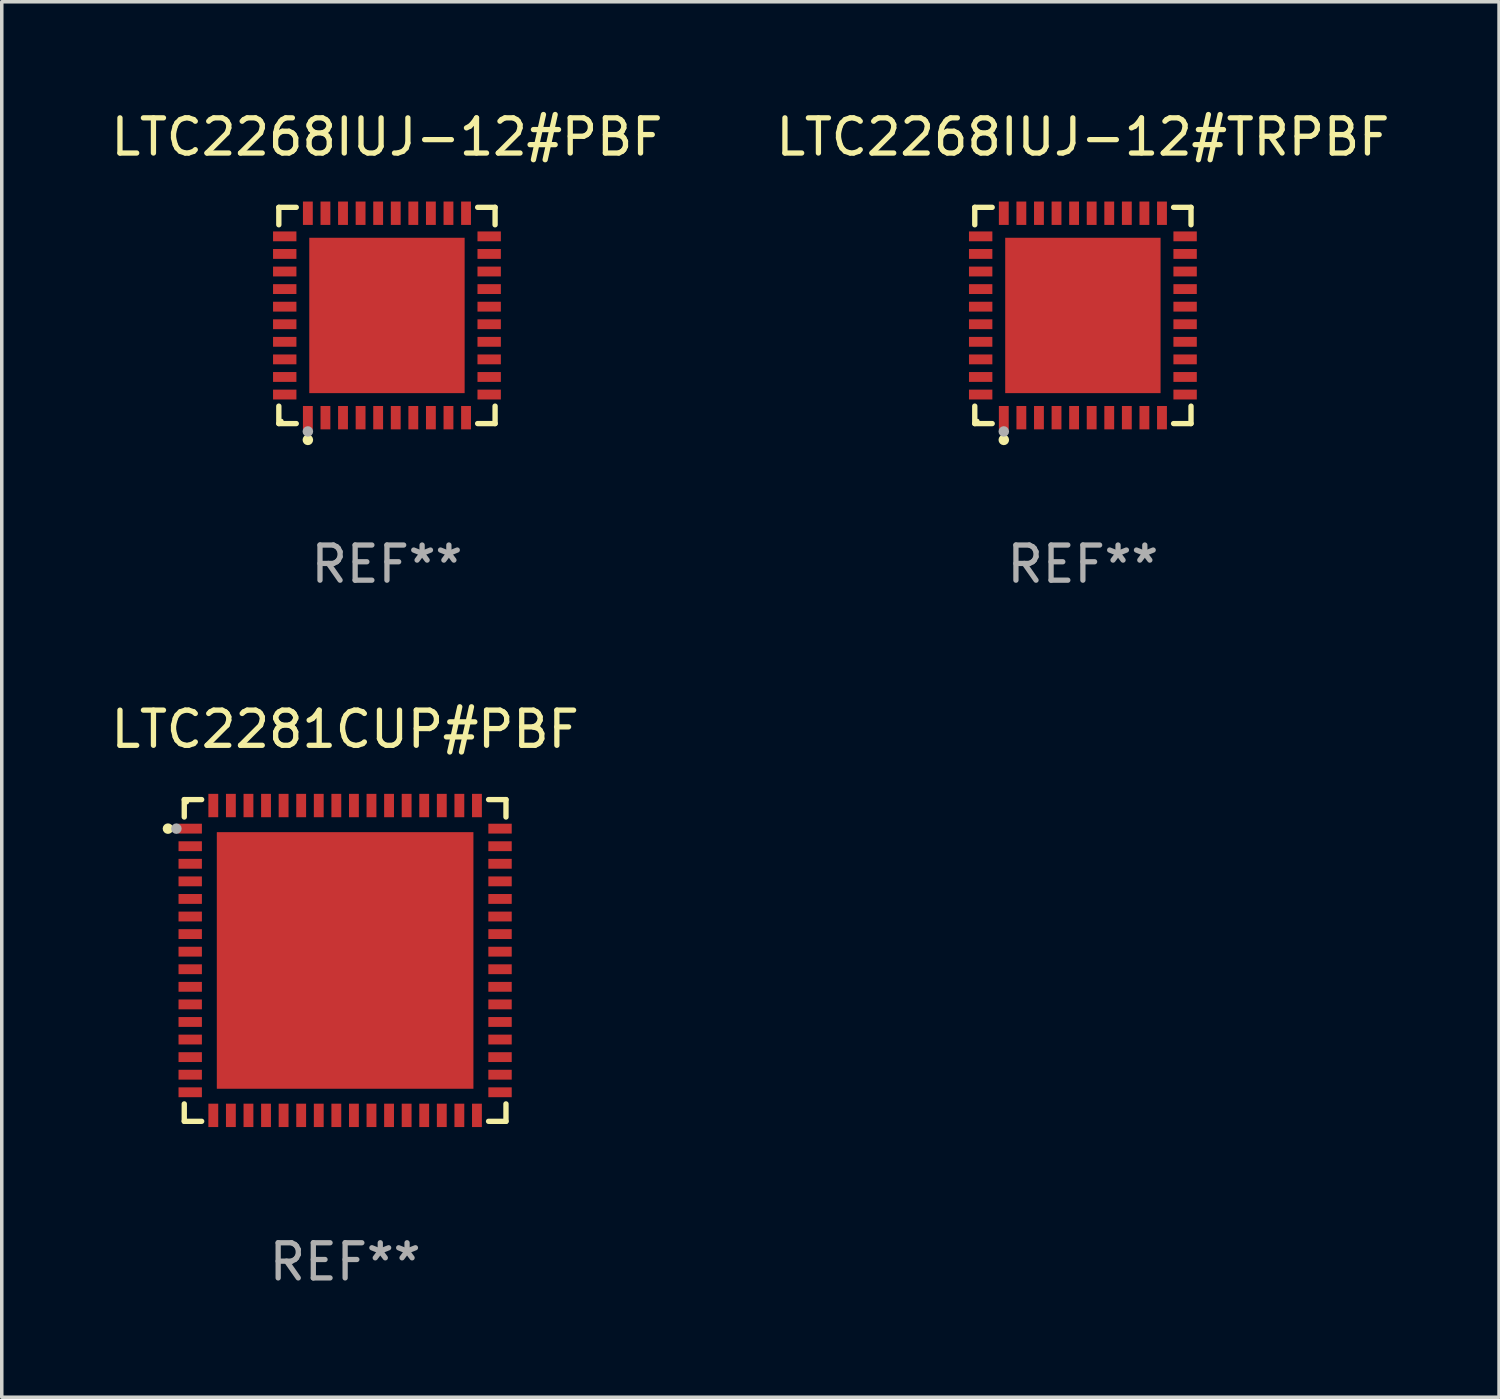
<source format=kicad_pcb>
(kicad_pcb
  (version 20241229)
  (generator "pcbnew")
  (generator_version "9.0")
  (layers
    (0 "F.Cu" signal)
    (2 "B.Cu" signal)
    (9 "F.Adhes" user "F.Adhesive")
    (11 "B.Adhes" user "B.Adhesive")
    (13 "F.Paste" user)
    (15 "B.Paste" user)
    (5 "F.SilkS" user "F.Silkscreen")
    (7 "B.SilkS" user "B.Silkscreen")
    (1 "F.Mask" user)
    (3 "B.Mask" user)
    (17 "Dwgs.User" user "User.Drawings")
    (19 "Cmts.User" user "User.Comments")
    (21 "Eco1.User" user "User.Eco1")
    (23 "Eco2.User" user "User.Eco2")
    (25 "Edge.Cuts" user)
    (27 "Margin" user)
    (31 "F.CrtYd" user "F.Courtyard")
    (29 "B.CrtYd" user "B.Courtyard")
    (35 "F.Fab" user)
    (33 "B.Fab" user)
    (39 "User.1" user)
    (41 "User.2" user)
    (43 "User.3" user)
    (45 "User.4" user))
  (footprint "LTC2268IUJ-12#TRPBF"
    (layer "F.Cu")
    (at 27.756 5.924)
    (property "Reference" "LTC2268IUJ-12#TRPBF" (at 0 -5.076 0) (layer "F.SilkS") (effects (font (size 1 1) (thickness 0.15))))
    (attr through_hole)
    (fp_line (start -3.076 -3.076) (end -2.58 -3.076) (stroke (width 0.152) (type solid)) (layer "F.SilkS"))
    (fp_line (start -3.076 -2.58) (end -3.076 -3.076) (stroke (width 0.152) (type solid)) (layer "F.SilkS"))
    (fp_line (start -3.076 2.58) (end -3.076 3.076) (stroke (width 0.152) (type solid)) (layer "F.SilkS"))
    (fp_line (start -3.076 3.076) (end -2.58 3.076) (stroke (width 0.152) (type solid)) (layer "F.SilkS"))
    (fp_line (start 3.076 -3.076) (end 2.58 -3.076) (stroke (width 0.152) (type solid)) (layer "F.SilkS"))
    (fp_line (start 3.076 -2.58) (end 3.076 -3.076) (stroke (width 0.152) (type solid)) (layer "F.SilkS"))
    (fp_line (start 3.076 2.58) (end 3.076 3.076) (stroke (width 0.152) (type solid)) (layer "F.SilkS"))
    (fp_line (start 3.076 3.076) (end 2.58 3.076) (stroke (width 0.152) (type solid)) (layer "F.SilkS"))
    (fp_circle (center -3 3) (end -2.97 3) (stroke (width 0.06) (type solid)) (fill no) (layer "F.SilkS"))
    (fp_circle (center -2.25 3.54) (end -2.175 3.54) (stroke (width 0.15) (type solid)) (fill no) (layer "F.SilkS"))
    (fp_circle (center -2.25 3.3) (end -2.175 3.3) (stroke (width 0.15) (type solid)) (fill no) (layer "F.Fab"))
    (fp_text user "REF**" (at 0 7.076 0) (layer "F.Fab") (effects (font (size 1 1) (thickness 0.15))))
    (pad "1" smd rect (at -2.25 2.908) (size 0.28 0.665) (layers "F.Cu" "F.Mask" "F.Paste"))
    (pad "2" smd rect (at -1.75 2.908) (size 0.28 0.665) (layers "F.Cu" "F.Mask" "F.Paste"))
    (pad "3" smd rect (at -1.25 2.908) (size 0.28 0.665) (layers "F.Cu" "F.Mask" "F.Paste"))
    (pad "4" smd rect (at -0.75 2.908) (size 0.28 0.665) (layers "F.Cu" "F.Mask" "F.Paste"))
    (pad "5" smd rect (at -0.25 2.908) (size 0.28 0.665) (layers "F.Cu" "F.Mask" "F.Paste"))
    (pad "6" smd rect (at 0.25 2.908) (size 0.28 0.665) (layers "F.Cu" "F.Mask" "F.Paste"))
    (pad "7" smd rect (at 0.75 2.908) (size 0.28 0.665) (layers "F.Cu" "F.Mask" "F.Paste"))
    (pad "8" smd rect (at 1.25 2.908) (size 0.28 0.665) (layers "F.Cu" "F.Mask" "F.Paste"))
    (pad "9" smd rect (at 1.75 2.908) (size 0.28 0.665) (layers "F.Cu" "F.Mask" "F.Paste"))
    (pad "10" smd rect (at 2.25 2.908) (size 0.28 0.665) (layers "F.Cu" "F.Mask" "F.Paste"))
    (pad "11" smd rect (at 2.908 2.25) (size 0.665 0.28) (layers "F.Cu" "F.Mask" "F.Paste"))
    (pad "12" smd rect (at 2.908 1.75) (size 0.665 0.28) (layers "F.Cu" "F.Mask" "F.Paste"))
    (pad "13" smd rect (at 2.908 1.25) (size 0.665 0.28) (layers "F.Cu" "F.Mask" "F.Paste"))
    (pad "14" smd rect (at 2.908 0.75) (size 0.665 0.28) (layers "F.Cu" "F.Mask" "F.Paste"))
    (pad "15" smd rect (at 2.908 0.25) (size 0.665 0.28) (layers "F.Cu" "F.Mask" "F.Paste"))
    (pad "16" smd rect (at 2.908 -0.25) (size 0.665 0.28) (layers "F.Cu" "F.Mask" "F.Paste"))
    (pad "17" smd rect (at 2.908 -0.75) (size 0.665 0.28) (layers "F.Cu" "F.Mask" "F.Paste"))
    (pad "18" smd rect (at 2.908 -1.25) (size 0.665 0.28) (layers "F.Cu" "F.Mask" "F.Paste"))
    (pad "19" smd rect (at 2.908 -1.75) (size 0.665 0.28) (layers "F.Cu" "F.Mask" "F.Paste"))
    (pad "20" smd rect (at 2.908 -2.25) (size 0.665 0.28) (layers "F.Cu" "F.Mask" "F.Paste"))
    (pad "21" smd rect (at 2.25 -2.908) (size 0.28 0.665) (layers "F.Cu" "F.Mask" "F.Paste"))
    (pad "22" smd rect (at 1.75 -2.908) (size 0.28 0.665) (layers "F.Cu" "F.Mask" "F.Paste"))
    (pad "23" smd rect (at 1.25 -2.908) (size 0.28 0.665) (layers "F.Cu" "F.Mask" "F.Paste"))
    (pad "24" smd rect (at 0.75 -2.908) (size 0.28 0.665) (layers "F.Cu" "F.Mask" "F.Paste"))
    (pad "25" smd rect (at 0.25 -2.908) (size 0.28 0.665) (layers "F.Cu" "F.Mask" "F.Paste"))
    (pad "26" smd rect (at -0.25 -2.908) (size 0.28 0.665) (layers "F.Cu" "F.Mask" "F.Paste"))
    (pad "27" smd rect (at -0.75 -2.908) (size 0.28 0.665) (layers "F.Cu" "F.Mask" "F.Paste"))
    (pad "28" smd rect (at -1.25 -2.908) (size 0.28 0.665) (layers "F.Cu" "F.Mask" "F.Paste"))
    (pad "29" smd rect (at -1.75 -2.908) (size 0.28 0.665) (layers "F.Cu" "F.Mask" "F.Paste"))
    (pad "30" smd rect (at -2.25 -2.908) (size 0.28 0.665) (layers "F.Cu" "F.Mask" "F.Paste"))
    (pad "31" smd rect (at -2.908 -2.25) (size 0.665 0.28) (layers "F.Cu" "F.Mask" "F.Paste"))
    (pad "32" smd rect (at -2.908 -1.75) (size 0.665 0.28) (layers "F.Cu" "F.Mask" "F.Paste"))
    (pad "33" smd rect (at -2.908 -1.25) (size 0.665 0.28) (layers "F.Cu" "F.Mask" "F.Paste"))
    (pad "34" smd rect (at -2.908 -0.75) (size 0.665 0.28) (layers "F.Cu" "F.Mask" "F.Paste"))
    (pad "35" smd rect (at -2.908 -0.25) (size 0.665 0.28) (layers "F.Cu" "F.Mask" "F.Paste"))
    (pad "36" smd rect (at -2.908 0.25) (size 0.665 0.28) (layers "F.Cu" "F.Mask" "F.Paste"))
    (pad "37" smd rect (at -2.908 0.75) (size 0.665 0.28) (layers "F.Cu" "F.Mask" "F.Paste"))
    (pad "38" smd rect (at -2.908 1.25) (size 0.665 0.28) (layers "F.Cu" "F.Mask" "F.Paste"))
    (pad "39" smd rect (at -2.908 1.75) (size 0.665 0.28) (layers "F.Cu" "F.Mask" "F.Paste"))
    (pad "40" smd rect (at -2.908 2.25) (size 0.665 0.28) (layers "F.Cu" "F.Mask" "F.Paste"))
    (pad "41" smd rect (at 0 0) (size 4.42 4.42) (layers "F.Cu" "F.Mask" "F.Paste")))
  (footprint "LTC2268IUJ-12#PBF"
    (layer "F.Cu")
    (at 7.958 5.924)
    (property "Reference" "LTC2268IUJ-12#PBF" (at 0 -5.076 0) (layer "F.SilkS") (effects (font (size 1 1) (thickness 0.15))))
    (attr through_hole)
    (fp_line (start -3.076 -3.076) (end -2.58 -3.076) (stroke (width 0.152) (type solid)) (layer "F.SilkS"))
    (fp_line (start -3.076 -2.58) (end -3.076 -3.076) (stroke (width 0.152) (type solid)) (layer "F.SilkS"))
    (fp_line (start -3.076 2.58) (end -3.076 3.076) (stroke (width 0.152) (type solid)) (layer "F.SilkS"))
    (fp_line (start -3.076 3.076) (end -2.58 3.076) (stroke (width 0.152) (type solid)) (layer "F.SilkS"))
    (fp_line (start 3.076 -3.076) (end 2.58 -3.076) (stroke (width 0.152) (type solid)) (layer "F.SilkS"))
    (fp_line (start 3.076 -2.58) (end 3.076 -3.076) (stroke (width 0.152) (type solid)) (layer "F.SilkS"))
    (fp_line (start 3.076 2.58) (end 3.076 3.076) (stroke (width 0.152) (type solid)) (layer "F.SilkS"))
    (fp_line (start 3.076 3.076) (end 2.58 3.076) (stroke (width 0.152) (type solid)) (layer "F.SilkS"))
    (fp_circle (center -3 3) (end -2.97 3) (stroke (width 0.06) (type solid)) (fill no) (layer "F.SilkS"))
    (fp_circle (center -2.25 3.54) (end -2.175 3.54) (stroke (width 0.15) (type solid)) (fill no) (layer "F.SilkS"))
    (fp_circle (center -2.25 3.3) (end -2.175 3.3) (stroke (width 0.15) (type solid)) (fill no) (layer "F.Fab"))
    (fp_text user "REF**" (at 0 7.076 0) (layer "F.Fab") (effects (font (size 1 1) (thickness 0.15))))
    (pad "1" smd rect (at -2.25 2.908) (size 0.28 0.665) (layers "F.Cu" "F.Mask" "F.Paste"))
    (pad "2" smd rect (at -1.75 2.908) (size 0.28 0.665) (layers "F.Cu" "F.Mask" "F.Paste"))
    (pad "3" smd rect (at -1.25 2.908) (size 0.28 0.665) (layers "F.Cu" "F.Mask" "F.Paste"))
    (pad "4" smd rect (at -0.75 2.908) (size 0.28 0.665) (layers "F.Cu" "F.Mask" "F.Paste"))
    (pad "5" smd rect (at -0.25 2.908) (size 0.28 0.665) (layers "F.Cu" "F.Mask" "F.Paste"))
    (pad "6" smd rect (at 0.25 2.908) (size 0.28 0.665) (layers "F.Cu" "F.Mask" "F.Paste"))
    (pad "7" smd rect (at 0.75 2.908) (size 0.28 0.665) (layers "F.Cu" "F.Mask" "F.Paste"))
    (pad "8" smd rect (at 1.25 2.908) (size 0.28 0.665) (layers "F.Cu" "F.Mask" "F.Paste"))
    (pad "9" smd rect (at 1.75 2.908) (size 0.28 0.665) (layers "F.Cu" "F.Mask" "F.Paste"))
    (pad "10" smd rect (at 2.25 2.908) (size 0.28 0.665) (layers "F.Cu" "F.Mask" "F.Paste"))
    (pad "11" smd rect (at 2.908 2.25) (size 0.665 0.28) (layers "F.Cu" "F.Mask" "F.Paste"))
    (pad "12" smd rect (at 2.908 1.75) (size 0.665 0.28) (layers "F.Cu" "F.Mask" "F.Paste"))
    (pad "13" smd rect (at 2.908 1.25) (size 0.665 0.28) (layers "F.Cu" "F.Mask" "F.Paste"))
    (pad "14" smd rect (at 2.908 0.75) (size 0.665 0.28) (layers "F.Cu" "F.Mask" "F.Paste"))
    (pad "15" smd rect (at 2.908 0.25) (size 0.665 0.28) (layers "F.Cu" "F.Mask" "F.Paste"))
    (pad "16" smd rect (at 2.908 -0.25) (size 0.665 0.28) (layers "F.Cu" "F.Mask" "F.Paste"))
    (pad "17" smd rect (at 2.908 -0.75) (size 0.665 0.28) (layers "F.Cu" "F.Mask" "F.Paste"))
    (pad "18" smd rect (at 2.908 -1.25) (size 0.665 0.28) (layers "F.Cu" "F.Mask" "F.Paste"))
    (pad "19" smd rect (at 2.908 -1.75) (size 0.665 0.28) (layers "F.Cu" "F.Mask" "F.Paste"))
    (pad "20" smd rect (at 2.908 -2.25) (size 0.665 0.28) (layers "F.Cu" "F.Mask" "F.Paste"))
    (pad "21" smd rect (at 2.25 -2.908) (size 0.28 0.665) (layers "F.Cu" "F.Mask" "F.Paste"))
    (pad "22" smd rect (at 1.75 -2.908) (size 0.28 0.665) (layers "F.Cu" "F.Mask" "F.Paste"))
    (pad "23" smd rect (at 1.25 -2.908) (size 0.28 0.665) (layers "F.Cu" "F.Mask" "F.Paste"))
    (pad "24" smd rect (at 0.75 -2.908) (size 0.28 0.665) (layers "F.Cu" "F.Mask" "F.Paste"))
    (pad "25" smd rect (at 0.25 -2.908) (size 0.28 0.665) (layers "F.Cu" "F.Mask" "F.Paste"))
    (pad "26" smd rect (at -0.25 -2.908) (size 0.28 0.665) (layers "F.Cu" "F.Mask" "F.Paste"))
    (pad "27" smd rect (at -0.75 -2.908) (size 0.28 0.665) (layers "F.Cu" "F.Mask" "F.Paste"))
    (pad "28" smd rect (at -1.25 -2.908) (size 0.28 0.665) (layers "F.Cu" "F.Mask" "F.Paste"))
    (pad "29" smd rect (at -1.75 -2.908) (size 0.28 0.665) (layers "F.Cu" "F.Mask" "F.Paste"))
    (pad "30" smd rect (at -2.25 -2.908) (size 0.28 0.665) (layers "F.Cu" "F.Mask" "F.Paste"))
    (pad "31" smd rect (at -2.908 -2.25) (size 0.665 0.28) (layers "F.Cu" "F.Mask" "F.Paste"))
    (pad "32" smd rect (at -2.908 -1.75) (size 0.665 0.28) (layers "F.Cu" "F.Mask" "F.Paste"))
    (pad "33" smd rect (at -2.908 -1.25) (size 0.665 0.28) (layers "F.Cu" "F.Mask" "F.Paste"))
    (pad "34" smd rect (at -2.908 -0.75) (size 0.665 0.28) (layers "F.Cu" "F.Mask" "F.Paste"))
    (pad "35" smd rect (at -2.908 -0.25) (size 0.665 0.28) (layers "F.Cu" "F.Mask" "F.Paste"))
    (pad "36" smd rect (at -2.908 0.25) (size 0.665 0.28) (layers "F.Cu" "F.Mask" "F.Paste"))
    (pad "37" smd rect (at -2.908 0.75) (size 0.665 0.28) (layers "F.Cu" "F.Mask" "F.Paste"))
    (pad "38" smd rect (at -2.908 1.25) (size 0.665 0.28) (layers "F.Cu" "F.Mask" "F.Paste"))
    (pad "39" smd rect (at -2.908 1.75) (size 0.665 0.28) (layers "F.Cu" "F.Mask" "F.Paste"))
    (pad "40" smd rect (at -2.908 2.25) (size 0.665 0.28) (layers "F.Cu" "F.Mask" "F.Paste"))
    (pad "41" smd rect (at 0 0) (size 4.42 4.42) (layers "F.Cu" "F.Mask" "F.Paste")))
  (footprint "LTC2281CUP#PBF"
    (layer "F.Cu")
    (at 6.768 24.273)
    (property "Reference" "LTC2281CUP#PBF" (at 0 -6.576 0) (layer "F.SilkS") (effects (font (size 1 1) (thickness 0.15))))
    (attr through_hole)
    (fp_line (start -4.576 -4.576) (end -4.576 -4.081) (stroke (width 0.152) (type solid)) (layer "F.SilkS"))
    (fp_line (start -4.576 4.576) (end -4.576 4.081) (stroke (width 0.152) (type solid)) (layer "F.SilkS"))
    (fp_line (start -4.081 -4.576) (end -4.576 -4.576) (stroke (width 0.152) (type solid)) (layer "F.SilkS"))
    (fp_line (start -4.081 4.576) (end -4.576 4.576) (stroke (width 0.152) (type solid)) (layer "F.SilkS"))
    (fp_line (start 4.081 -4.576) (end 4.576 -4.576) (stroke (width 0.152) (type solid)) (layer "F.SilkS"))
    (fp_line (start 4.081 4.576) (end 4.576 4.576) (stroke (width 0.152) (type solid)) (layer "F.SilkS"))
    (fp_line (start 4.576 -4.576) (end 4.576 -4.081) (stroke (width 0.152) (type solid)) (layer "F.SilkS"))
    (fp_line (start 4.576 4.576) (end 4.576 4.081) (stroke (width 0.152) (type solid)) (layer "F.SilkS"))
    (fp_circle (center -5.04 -3.75) (end -4.965 -3.75) (stroke (width 0.15) (type solid)) (fill no) (layer "F.SilkS"))
    (fp_circle (center -4.5 -4.5) (end -4.47 -4.5) (stroke (width 0.06) (type solid)) (fill no) (layer "F.SilkS"))
    (fp_circle (center -4.8 -3.75) (end -4.725 -3.75) (stroke (width 0.15) (type solid)) (fill no) (layer "F.Fab"))
    (fp_text user "REF**" (at 0 8.576 0) (layer "F.Fab") (effects (font (size 1 1) (thickness 0.15))))
    (pad "1" smd rect (at -4.407 -3.75) (size 0.665 0.28) (layers "F.Cu" "F.Mask" "F.Paste"))
    (pad "2" smd rect (at -4.407 -3.25) (size 0.665 0.28) (layers "F.Cu" "F.Mask" "F.Paste"))
    (pad "3" smd rect (at -4.407 -2.75) (size 0.665 0.28) (layers "F.Cu" "F.Mask" "F.Paste"))
    (pad "4" smd rect (at -4.407 -2.25) (size 0.665 0.28) (layers "F.Cu" "F.Mask" "F.Paste"))
    (pad "5" smd rect (at -4.407 -1.75) (size 0.665 0.28) (layers "F.Cu" "F.Mask" "F.Paste"))
    (pad "6" smd rect (at -4.407 -1.25) (size 0.665 0.28) (layers "F.Cu" "F.Mask" "F.Paste"))
    (pad "7" smd rect (at -4.407 -0.75) (size 0.665 0.28) (layers "F.Cu" "F.Mask" "F.Paste"))
    (pad "8" smd rect (at -4.407 -0.25) (size 0.665 0.28) (layers "F.Cu" "F.Mask" "F.Paste"))
    (pad "9" smd rect (at -4.407 0.25) (size 0.665 0.28) (layers "F.Cu" "F.Mask" "F.Paste"))
    (pad "10" smd rect (at -4.407 0.75) (size 0.665 0.28) (layers "F.Cu" "F.Mask" "F.Paste"))
    (pad "11" smd rect (at -4.407 1.25) (size 0.665 0.28) (layers "F.Cu" "F.Mask" "F.Paste"))
    (pad "12" smd rect (at -4.407 1.75) (size 0.665 0.28) (layers "F.Cu" "F.Mask" "F.Paste"))
    (pad "13" smd rect (at -4.407 2.25) (size 0.665 0.28) (layers "F.Cu" "F.Mask" "F.Paste"))
    (pad "14" smd rect (at -4.407 2.75) (size 0.665 0.28) (layers "F.Cu" "F.Mask" "F.Paste"))
    (pad "15" smd rect (at -4.407 3.25) (size 0.665 0.28) (layers "F.Cu" "F.Mask" "F.Paste"))
    (pad "16" smd rect (at -4.407 3.75) (size 0.665 0.28) (layers "F.Cu" "F.Mask" "F.Paste"))
    (pad "17" smd rect (at -3.75 4.407) (size 0.28 0.665) (layers "F.Cu" "F.Mask" "F.Paste"))
    (pad "18" smd rect (at -3.25 4.407) (size 0.28 0.665) (layers "F.Cu" "F.Mask" "F.Paste"))
    (pad "19" smd rect (at -2.75 4.407) (size 0.28 0.665) (layers "F.Cu" "F.Mask" "F.Paste"))
    (pad "20" smd rect (at -2.25 4.407) (size 0.28 0.665) (layers "F.Cu" "F.Mask" "F.Paste"))
    (pad "21" smd rect (at -1.75 4.407) (size 0.28 0.665) (layers "F.Cu" "F.Mask" "F.Paste"))
    (pad "22" smd rect (at -1.25 4.407) (size 0.28 0.665) (layers "F.Cu" "F.Mask" "F.Paste"))
    (pad "23" smd rect (at -0.75 4.407) (size 0.28 0.665) (layers "F.Cu" "F.Mask" "F.Paste"))
    (pad "24" smd rect (at -0.25 4.407) (size 0.28 0.665) (layers "F.Cu" "F.Mask" "F.Paste"))
    (pad "25" smd rect (at 0.25 4.407) (size 0.28 0.665) (layers "F.Cu" "F.Mask" "F.Paste"))
    (pad "26" smd rect (at 0.75 4.407) (size 0.28 0.665) (layers "F.Cu" "F.Mask" "F.Paste"))
    (pad "27" smd rect (at 1.25 4.407) (size 0.28 0.665) (layers "F.Cu" "F.Mask" "F.Paste"))
    (pad "28" smd rect (at 1.75 4.407) (size 0.28 0.665) (layers "F.Cu" "F.Mask" "F.Paste"))
    (pad "29" smd rect (at 2.25 4.407) (size 0.28 0.665) (layers "F.Cu" "F.Mask" "F.Paste"))
    (pad "30" smd rect (at 2.75 4.407) (size 0.28 0.665) (layers "F.Cu" "F.Mask" "F.Paste"))
    (pad "31" smd rect (at 3.25 4.407) (size 0.28 0.665) (layers "F.Cu" "F.Mask" "F.Paste"))
    (pad "32" smd rect (at 3.75 4.407) (size 0.28 0.665) (layers "F.Cu" "F.Mask" "F.Paste"))
    (pad "33" smd rect (at 4.407 3.75) (size 0.665 0.28) (layers "F.Cu" "F.Mask" "F.Paste"))
    (pad "34" smd rect (at 4.407 3.25) (size 0.665 0.28) (layers "F.Cu" "F.Mask" "F.Paste"))
    (pad "35" smd rect (at 4.407 2.75) (size 0.665 0.28) (layers "F.Cu" "F.Mask" "F.Paste"))
    (pad "36" smd rect (at 4.407 2.25) (size 0.665 0.28) (layers "F.Cu" "F.Mask" "F.Paste"))
    (pad "37" smd rect (at 4.407 1.75) (size 0.665 0.28) (layers "F.Cu" "F.Mask" "F.Paste"))
    (pad "38" smd rect (at 4.407 1.25) (size 0.665 0.28) (layers "F.Cu" "F.Mask" "F.Paste"))
    (pad "39" smd rect (at 4.407 0.75) (size 0.665 0.28) (layers "F.Cu" "F.Mask" "F.Paste"))
    (pad "40" smd rect (at 4.407 0.25) (size 0.665 0.28) (layers "F.Cu" "F.Mask" "F.Paste"))
    (pad "41" smd rect (at 4.407 -0.25) (size 0.665 0.28) (layers "F.Cu" "F.Mask" "F.Paste"))
    (pad "42" smd rect (at 4.407 -0.75) (size 0.665 0.28) (layers "F.Cu" "F.Mask" "F.Paste"))
    (pad "43" smd rect (at 4.407 -1.25) (size 0.665 0.28) (layers "F.Cu" "F.Mask" "F.Paste"))
    (pad "44" smd rect (at 4.407 -1.75) (size 0.665 0.28) (layers "F.Cu" "F.Mask" "F.Paste"))
    (pad "45" smd rect (at 4.407 -2.25) (size 0.665 0.28) (layers "F.Cu" "F.Mask" "F.Paste"))
    (pad "46" smd rect (at 4.407 -2.75) (size 0.665 0.28) (layers "F.Cu" "F.Mask" "F.Paste"))
    (pad "47" smd rect (at 4.407 -3.25) (size 0.665 0.28) (layers "F.Cu" "F.Mask" "F.Paste"))
    (pad "48" smd rect (at 4.407 -3.75) (size 0.665 0.28) (layers "F.Cu" "F.Mask" "F.Paste"))
    (pad "49" smd rect (at 3.75 -4.407) (size 0.28 0.665) (layers "F.Cu" "F.Mask" "F.Paste"))
    (pad "50" smd rect (at 3.25 -4.407) (size 0.28 0.665) (layers "F.Cu" "F.Mask" "F.Paste"))
    (pad "51" smd rect (at 2.75 -4.407) (size 0.28 0.665) (layers "F.Cu" "F.Mask" "F.Paste"))
    (pad "52" smd rect (at 2.25 -4.407) (size 0.28 0.665) (layers "F.Cu" "F.Mask" "F.Paste"))
    (pad "53" smd rect (at 1.75 -4.407) (size 0.28 0.665) (layers "F.Cu" "F.Mask" "F.Paste"))
    (pad "54" smd rect (at 1.25 -4.407) (size 0.28 0.665) (layers "F.Cu" "F.Mask" "F.Paste"))
    (pad "55" smd rect (at 0.75 -4.407) (size 0.28 0.665) (layers "F.Cu" "F.Mask" "F.Paste"))
    (pad "56" smd rect (at 0.25 -4.407) (size 0.28 0.665) (layers "F.Cu" "F.Mask" "F.Paste"))
    (pad "57" smd rect (at -0.25 -4.407) (size 0.28 0.665) (layers "F.Cu" "F.Mask" "F.Paste"))
    (pad "58" smd rect (at -0.75 -4.407) (size 0.28 0.665) (layers "F.Cu" "F.Mask" "F.Paste"))
    (pad "59" smd rect (at -1.25 -4.407) (size 0.28 0.665) (layers "F.Cu" "F.Mask" "F.Paste"))
    (pad "60" smd rect (at -1.75 -4.407) (size 0.28 0.665) (layers "F.Cu" "F.Mask" "F.Paste"))
    (pad "61" smd rect (at -2.25 -4.407) (size 0.28 0.665) (layers "F.Cu" "F.Mask" "F.Paste"))
    (pad "62" smd rect (at -2.75 -4.407) (size 0.28 0.665) (layers "F.Cu" "F.Mask" "F.Paste"))
    (pad "63" smd rect (at -3.25 -4.407) (size 0.28 0.665) (layers "F.Cu" "F.Mask" "F.Paste"))
    (pad "64" smd rect (at -3.75 -4.407) (size 0.28 0.665) (layers "F.Cu" "F.Mask" "F.Paste"))
    (pad "65" smd rect (at 0 0) (size 7.3 7.3) (layers "F.Cu" "F.Mask" "F.Paste")))
  (gr_rect
    (start -3 -3)
    (end 39.595 36.698)
    (stroke (width 0.1) (type default))
    (fill no)
    (layer "Edge.Cuts")))
</source>
